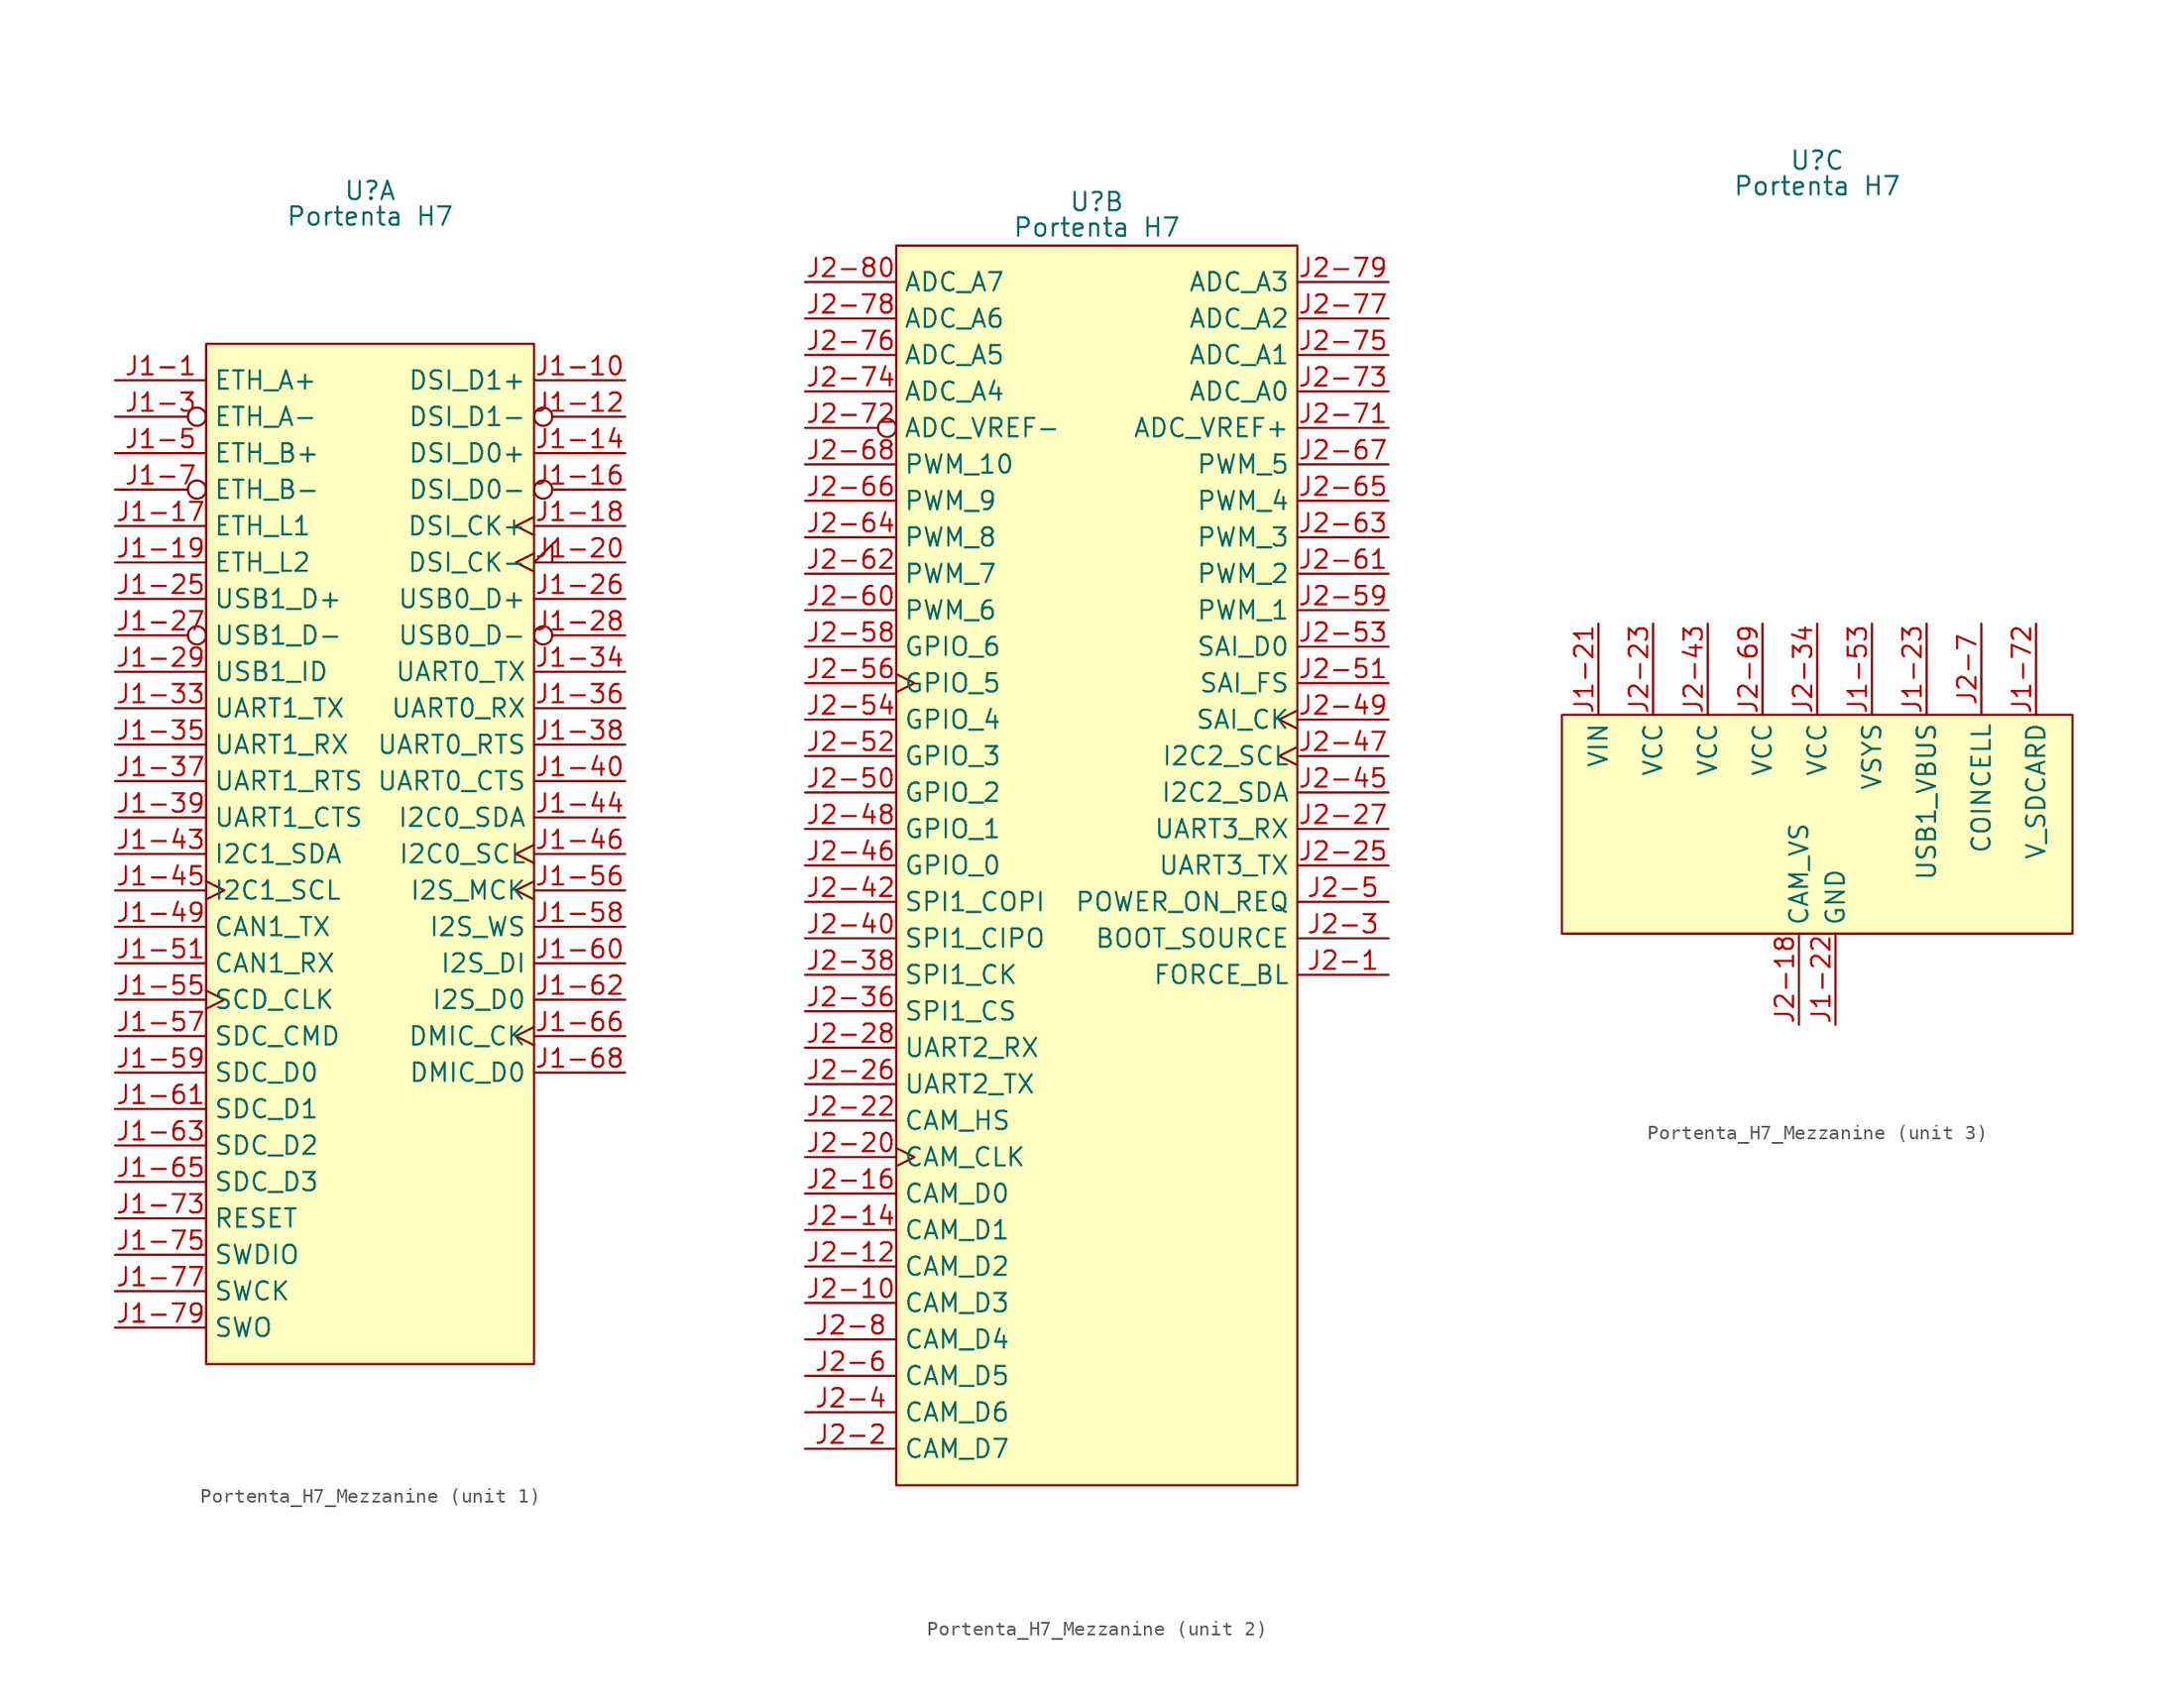
<source format=kicad_sym>
(kicad_symbol_lib
  (version 20231120)
  (generator "kicad_symbol_editor")
  (generator_version "8.0")
  (symbol "Portenta_H7_Mezzanine"
    (property "Reference" "U"
      (at 0 46.228 0)
      (do_not_autoplace)
      (effects (font (size 1.27 1.27))))
    (property "Value" "Portenta H7"
      (at 0 44.45 0)
      (do_not_autoplace)
      (effects (font (size 1.27 1.27))))
    (property "ki_locked" ""
      (at 0 0 0)
      (effects (font (size 1.27 1.27))))
    (symbol "Portenta_H7_Mezzanine_1_0"
      (pin bidirectional line (at -17.78 33.02 0) (length 6.35) (name "ETH_A+" (effects (font (size 1.27 1.27)))) (number "J1-1" (effects (font (size 1.27 1.27)))))
      (pin output line (at 17.78 33.02 180) (length 6.35) (name "DSI_D1+" (effects (font (size 1.27 1.27)))) (number "J1-10" (effects (font (size 1.27 1.27)))))
      (pin no_connect line (at 17.78 -20.32 180) (length 6.35) hide (name "NC" (effects (font (size 1.27 1.27)))) (number "J1-11" (effects (font (size 1.27 1.27)))))
      (pin output inverted (at 17.78 30.48 180) (length 6.35) (name "DSI_D1-" (effects (font (size 1.27 1.27)))) (number "J1-12" (effects (font (size 1.27 1.27)))))
      (pin no_connect line (at 17.78 -20.32 180) (length 6.35) hide (name "NC" (effects (font (size 1.27 1.27)))) (number "J1-13" (effects (font (size 1.27 1.27)))))
      (pin output line (at 17.78 27.94 180) (length 6.35) (name "DSI_D0+" (effects (font (size 1.27 1.27)))) (number "J1-14" (effects (font (size 1.27 1.27)))))
      (pin no_connect line (at 17.78 -20.32 180) (length 6.35) hide (name "NC" (effects (font (size 1.27 1.27)))) (number "J1-15" (effects (font (size 1.27 1.27)))))
      (pin output inverted (at 17.78 25.4 180) (length 6.35) (name "DSI_D0-" (effects (font (size 1.27 1.27)))) (number "J1-16" (effects (font (size 1.27 1.27)))))
      (pin output line (at -17.78 22.86 0) (length 6.35) (name "ETH_L1" (effects (font (size 1.27 1.27)))) (number "J1-17" (effects (font (size 1.27 1.27)))))
      (pin output clock (at 17.78 22.86 180) (length 6.35) (name "DSI_CK+" (effects (font (size 1.27 1.27)))) (number "J1-18" (effects (font (size 1.27 1.27)))))
      (pin output line (at -17.78 20.32 0) (length 6.35) (name "ETH_L2" (effects (font (size 1.27 1.27)))) (number "J1-19" (effects (font (size 1.27 1.27)))))
      (pin no_connect line (at 17.78 -20.32 180) (length 6.35) hide (name "NC" (effects (font (size 1.27 1.27)))) (number "J1-2" (effects (font (size 1.27 1.27)))))
      (pin output clock_low (at 17.78 20.32 180) (length 6.35) (name "DSI_CK-" (effects (font (size 1.27 1.27)))) (number "J1-20" (effects (font (size 1.27 1.27)))))
      (pin no_connect line (at 17.78 -20.32 180) (length 6.35) hide (name "NC" (effects (font (size 1.27 1.27)))) (number "J1-24" (effects (font (size 1.27 1.27)))))
      (pin bidirectional line (at -17.78 17.78 0) (length 6.35) (name "USB1_D+" (effects (font (size 1.27 1.27)))) (number "J1-25" (effects (font (size 1.27 1.27)))))
      (pin bidirectional line (at 17.78 17.78 180) (length 6.35) (name "USB0_D+" (effects (font (size 1.27 1.27)))) (number "J1-26" (effects (font (size 1.27 1.27)))))
      (pin bidirectional inverted (at -17.78 15.24 0) (length 6.35) (name "USB1_D-" (effects (font (size 1.27 1.27)))) (number "J1-27" (effects (font (size 1.27 1.27)))))
      (pin bidirectional inverted (at 17.78 15.24 180) (length 6.35) (name "USB0_D-" (effects (font (size 1.27 1.27)))) (number "J1-28" (effects (font (size 1.27 1.27)))))
      (pin input line (at -17.78 12.7 0) (length 6.35) (name "USB1_ID" (effects (font (size 1.27 1.27)))) (number "J1-29" (effects (font (size 1.27 1.27)))))
      (pin bidirectional inverted (at -17.78 30.48 0) (length 6.35) (name "ETH_A-" (effects (font (size 1.27 1.27)))) (number "J1-3" (effects (font (size 1.27 1.27)))))
      (pin no_connect line (at 17.78 -20.32 180) (length 6.35) hide (name "NC" (effects (font (size 1.27 1.27)))) (number "J1-30" (effects (font (size 1.27 1.27)))))
      (pin output line (at -17.78 10.16 0) (length 6.35) (name "UART1_TX" (effects (font (size 1.27 1.27)))) (number "J1-33" (effects (font (size 1.27 1.27)))))
      (pin output line (at 17.78 12.7 180) (length 6.35) (name "UART0_TX" (effects (font (size 1.27 1.27)))) (number "J1-34" (effects (font (size 1.27 1.27)))))
      (pin input line (at -17.78 7.62 0) (length 6.35) (name "UART1_RX" (effects (font (size 1.27 1.27)))) (number "J1-35" (effects (font (size 1.27 1.27)))))
      (pin input line (at 17.78 10.16 180) (length 6.35) (name "UART0_RX" (effects (font (size 1.27 1.27)))) (number "J1-36" (effects (font (size 1.27 1.27)))))
      (pin input line (at -17.78 5.08 0) (length 6.35) (name "UART1_RTS" (effects (font (size 1.27 1.27)))) (number "J1-37" (effects (font (size 1.27 1.27)))))
      (pin input line (at 17.78 7.62 180) (length 6.35) (name "UART0_RTS" (effects (font (size 1.27 1.27)))) (number "J1-38" (effects (font (size 1.27 1.27)))))
      (pin output line (at -17.78 2.54 0) (length 6.35) (name "UART1_CTS" (effects (font (size 1.27 1.27)))) (number "J1-39" (effects (font (size 1.27 1.27)))))
      (pin no_connect line (at 17.78 -20.32 180) (length 6.35) hide (name "NC" (effects (font (size 1.27 1.27)))) (number "J1-4" (effects (font (size 1.27 1.27)))))
      (pin output line (at 17.78 5.08 180) (length 6.35) (name "UART0_CTS" (effects (font (size 1.27 1.27)))) (number "J1-40" (effects (font (size 1.27 1.27)))))
      (pin bidirectional line (at -17.78 0 0) (length 6.35) (name "I2C1_SDA" (effects (font (size 1.27 1.27)))) (number "J1-43" (effects (font (size 1.27 1.27)))))
      (pin bidirectional line (at 17.78 2.54 180) (length 6.35) (name "I2C0_SDA" (effects (font (size 1.27 1.27)))) (number "J1-44" (effects (font (size 1.27 1.27)))))
      (pin output clock (at -17.78 -2.54 0) (length 6.35) (name "I2C1_SCL" (effects (font (size 1.27 1.27)))) (number "J1-45" (effects (font (size 1.27 1.27)))))
      (pin output clock (at 17.78 0 180) (length 6.35) (name "I2C0_SCL" (effects (font (size 1.27 1.27)))) (number "J1-46" (effects (font (size 1.27 1.27)))))
      (pin output line (at -17.78 -5.08 0) (length 6.35) (name "CAN1_TX" (effects (font (size 1.27 1.27)))) (number "J1-49" (effects (font (size 1.27 1.27)))))
      (pin bidirectional line (at -17.78 27.94 0) (length 6.35) (name "ETH_B+" (effects (font (size 1.27 1.27)))) (number "J1-5" (effects (font (size 1.27 1.27)))))
      (pin no_connect line (at 17.78 -20.32 180) (length 6.35) hide (name "NC" (effects (font (size 1.27 1.27)))) (number "J1-50" (effects (font (size 1.27 1.27)))))
      (pin input line (at -17.78 -7.62 0) (length 6.35) (name "CAN1_RX" (effects (font (size 1.27 1.27)))) (number "J1-51" (effects (font (size 1.27 1.27)))))
      (pin no_connect line (at 17.78 -20.32 180) (length 6.35) hide (name "NC" (effects (font (size 1.27 1.27)))) (number "J1-52" (effects (font (size 1.27 1.27)))))
      (pin output clock (at -17.78 -10.16 0) (length 6.35) (name "SCD_CLK" (effects (font (size 1.27 1.27)))) (number "J1-55" (effects (font (size 1.27 1.27)))))
      (pin output clock (at 17.78 -2.54 180) (length 6.35) (name "I2S_MCK" (effects (font (size 1.27 1.27)))) (number "J1-56" (effects (font (size 1.27 1.27)))))
      (pin output line (at -17.78 -12.7 0) (length 6.35) (name "SDC_CMD" (effects (font (size 1.27 1.27)))) (number "J1-57" (effects (font (size 1.27 1.27)))))
      (pin output line (at 17.78 -5.08 180) (length 6.35) (name "I2S_WS" (effects (font (size 1.27 1.27)))) (number "J1-58" (effects (font (size 1.27 1.27)))))
      (pin bidirectional line (at -17.78 -15.24 0) (length 6.35) (name "SDC_D0" (effects (font (size 1.27 1.27)))) (number "J1-59" (effects (font (size 1.27 1.27)))))
      (pin no_connect line (at 17.78 -20.32 180) (length 6.35) hide (name "NC" (effects (font (size 1.27 1.27)))) (number "J1-6" (effects (font (size 1.27 1.27)))))
      (pin input line (at 17.78 -7.62 180) (length 6.35) (name "I2S_DI" (effects (font (size 1.27 1.27)))) (number "J1-60" (effects (font (size 1.27 1.27)))))
      (pin bidirectional line (at -17.78 -17.78 0) (length 6.35) (name "SDC_D1" (effects (font (size 1.27 1.27)))) (number "J1-61" (effects (font (size 1.27 1.27)))))
      (pin bidirectional line (at 17.78 -10.16 180) (length 6.35) (name "I2S_D0" (effects (font (size 1.27 1.27)))) (number "J1-62" (effects (font (size 1.27 1.27)))))
      (pin bidirectional line (at -17.78 -20.32 0) (length 6.35) (name "SDC_D2" (effects (font (size 1.27 1.27)))) (number "J1-63" (effects (font (size 1.27 1.27)))))
      (pin bidirectional line (at -17.78 -22.86 0) (length 6.35) (name "SDC_D3" (effects (font (size 1.27 1.27)))) (number "J1-65" (effects (font (size 1.27 1.27)))))
      (pin output clock (at 17.78 -12.7 180) (length 6.35) (name "DMIC_CK" (effects (font (size 1.27 1.27)))) (number "J1-66" (effects (font (size 1.27 1.27)))))
      (pin no_connect line (at 17.78 -20.32 180) (length 6.35) hide (name "NC" (effects (font (size 1.27 1.27)))) (number "J1-67" (effects (font (size 1.27 1.27)))))
      (pin bidirectional line (at 17.78 -15.24 180) (length 6.35) (name "DMIC_D0" (effects (font (size 1.27 1.27)))) (number "J1-68" (effects (font (size 1.27 1.27)))))
      (pin no_connect line (at 17.78 -20.32 180) (length 6.35) hide (name "NC" (effects (font (size 1.27 1.27)))) (number "J1-69" (effects (font (size 1.27 1.27)))))
      (pin bidirectional inverted (at -17.78 25.4 0) (length 6.35) (name "ETH_B-" (effects (font (size 1.27 1.27)))) (number "J1-7" (effects (font (size 1.27 1.27)))))
      (pin no_connect line (at 17.78 -20.32 180) (length 6.35) hide (name "NC" (effects (font (size 1.27 1.27)))) (number "J1-70" (effects (font (size 1.27 1.27)))))
      (pin no_connect line (at 17.78 -20.32 180) (length 6.35) hide (name "NC" (effects (font (size 1.27 1.27)))) (number "J1-71" (effects (font (size 1.27 1.27)))))
      (pin input line (at -17.78 -25.4 0) (length 6.35) (name "RESET" (effects (font (size 1.27 1.27)))) (number "J1-73" (effects (font (size 1.27 1.27)))))
      (pin no_connect line (at 17.78 -20.32 180) (length 6.35) hide (name "NC" (effects (font (size 1.27 1.27)))) (number "J1-74" (effects (font (size 1.27 1.27)))))
      (pin bidirectional line (at -17.78 -27.94 0) (length 6.35) (name "SWDIO" (effects (font (size 1.27 1.27)))) (number "J1-75" (effects (font (size 1.27 1.27)))))
      (pin no_connect line (at 17.78 -20.32 180) (length 6.35) hide (name "NC" (effects (font (size 1.27 1.27)))) (number "J1-76" (effects (font (size 1.27 1.27)))))
      (pin output line (at -17.78 -30.48 0) (length 6.35) (name "SWCK" (effects (font (size 1.27 1.27)))) (number "J1-77" (effects (font (size 1.27 1.27)))))
      (pin no_connect line (at 17.78 -20.32 180) (length 6.35) hide (name "NC" (effects (font (size 1.27 1.27)))) (number "J1-78" (effects (font (size 1.27 1.27)))))
      (pin output line (at -17.78 -33.02 0) (length 6.35) (name "SWO" (effects (font (size 1.27 1.27)))) (number "J1-79" (effects (font (size 1.27 1.27)))))
      (pin no_connect line (at 17.78 -20.32 180) (length 6.35) hide (name "NC" (effects (font (size 1.27 1.27)))) (number "J1-8" (effects (font (size 1.27 1.27)))))
      (pin no_connect line (at 17.78 -20.32 180) (length 6.35) hide (name "NC" (effects (font (size 1.27 1.27)))) (number "J1-80" (effects (font (size 1.27 1.27)))))
      (pin no_connect line (at 17.78 -20.32 180) (length 6.35) hide (name "NC" (effects (font (size 1.27 1.27)))) (number "J1-9" (effects (font (size 1.27 1.27))))))
    (symbol "Portenta_H7_Mezzanine_1_1"
      (rectangle (start -11.43 35.56) (end 11.43 -35.56) (stroke (width 0) (type default)) (fill (type background))))
    (symbol "Portenta_H7_Mezzanine_2_0"
      (pin input line (at 20.32 -7.62 180) (length 6.35) (name "FORCE_BL" (effects (font (size 1.27 1.27)))) (number "J2-1" (effects (font (size 1.27 1.27)))))
      (pin bidirectional line (at -20.32 -30.48 0) (length 6.35) (name "CAM_D3" (effects (font (size 1.27 1.27)))) (number "J2-10" (effects (font (size 1.27 1.27)))))
      (pin no_connect line (at 20.32 -12.7 180) (length 6.35) hide (name "NC" (effects (font (size 1.27 1.27)))) (number "J2-11" (effects (font (size 1.27 1.27)))))
      (pin bidirectional line (at -20.32 -27.94 0) (length 6.35) (name "CAM_D2" (effects (font (size 1.27 1.27)))) (number "J2-12" (effects (font (size 1.27 1.27)))))
      (pin no_connect line (at 20.32 -12.7 180) (length 6.35) hide (name "NC" (effects (font (size 1.27 1.27)))) (number "J2-13" (effects (font (size 1.27 1.27)))))
      (pin bidirectional line (at -20.32 -25.4 0) (length 6.35) (name "CAM_D1" (effects (font (size 1.27 1.27)))) (number "J2-14" (effects (font (size 1.27 1.27)))))
      (pin no_connect line (at 20.32 -12.7 180) (length 6.35) hide (name "NC" (effects (font (size 1.27 1.27)))) (number "J2-15" (effects (font (size 1.27 1.27)))))
      (pin bidirectional line (at -20.32 -22.86 0) (length 6.35) (name "CAM_D0" (effects (font (size 1.27 1.27)))) (number "J2-16" (effects (font (size 1.27 1.27)))))
      (pin no_connect line (at 20.32 -12.7 180) (length 6.35) hide (name "NC" (effects (font (size 1.27 1.27)))) (number "J2-17" (effects (font (size 1.27 1.27)))))
      (pin no_connect line (at 20.32 -12.7 180) (length 6.35) hide (name "NC" (effects (font (size 1.27 1.27)))) (number "J2-19" (effects (font (size 1.27 1.27)))))
      (pin bidirectional line (at -20.32 -40.64 0) (length 6.35) (name "CAM_D7" (effects (font (size 1.27 1.27)))) (number "J2-2" (effects (font (size 1.27 1.27)))))
      (pin output clock (at -20.32 -20.32 0) (length 6.35) (name "CAM_CLK" (effects (font (size 1.27 1.27)))) (number "J2-20" (effects (font (size 1.27 1.27)))))
      (pin no_connect line (at 20.32 -12.7 180) (length 6.35) hide (name "NC" (effects (font (size 1.27 1.27)))) (number "J2-21" (effects (font (size 1.27 1.27)))))
      (pin output line (at -20.32 -17.78 0) (length 6.35) (name "CAM_HS" (effects (font (size 1.27 1.27)))) (number "J2-22" (effects (font (size 1.27 1.27)))))
      (pin output line (at 20.32 0 180) (length 6.35) (name "UART3_TX" (effects (font (size 1.27 1.27)))) (number "J2-25" (effects (font (size 1.27 1.27)))))
      (pin output line (at -20.32 -15.24 0) (length 6.35) (name "UART2_TX" (effects (font (size 1.27 1.27)))) (number "J2-26" (effects (font (size 1.27 1.27)))))
      (pin input line (at 20.32 2.54 180) (length 6.35) (name "UART3_RX" (effects (font (size 1.27 1.27)))) (number "J2-27" (effects (font (size 1.27 1.27)))))
      (pin input line (at -20.32 -12.7 0) (length 6.35) (name "UART2_RX" (effects (font (size 1.27 1.27)))) (number "J2-28" (effects (font (size 1.27 1.27)))))
      (pin no_connect line (at 20.32 -12.7 180) (length 6.35) hide (name "NC" (effects (font (size 1.27 1.27)))) (number "J2-29" (effects (font (size 1.27 1.27)))))
      (pin input line (at 20.32 -5.08 180) (length 6.35) (name "BOOT_SOURCE" (effects (font (size 1.27 1.27)))) (number "J2-3" (effects (font (size 1.27 1.27)))))
      (pin no_connect line (at 20.32 -12.7 180) (length 6.35) hide (name "NC" (effects (font (size 1.27 1.27)))) (number "J2-30" (effects (font (size 1.27 1.27)))))
      (pin no_connect line (at 20.32 -12.7 180) (length 6.35) hide (name "NC" (effects (font (size 1.27 1.27)))) (number "J2-31" (effects (font (size 1.27 1.27)))))
      (pin no_connect line (at 20.32 -12.7 180) (length 6.35) hide (name "NC" (effects (font (size 1.27 1.27)))) (number "J2-32" (effects (font (size 1.27 1.27)))))
      (pin no_connect line (at 20.32 -12.7 180) (length 6.35) hide (name "NC" (effects (font (size 1.27 1.27)))) (number "J2-35" (effects (font (size 1.27 1.27)))))
      (pin input line (at -20.32 -10.16 0) (length 6.35) (name "SPI1_CS" (effects (font (size 1.27 1.27)))) (number "J2-36" (effects (font (size 1.27 1.27)))))
      (pin no_connect line (at 20.32 -12.7 180) (length 6.35) hide (name "NC" (effects (font (size 1.27 1.27)))) (number "J2-37" (effects (font (size 1.27 1.27)))))
      (pin input line (at -20.32 -7.62 0) (length 6.35) (name "SPI1_CK" (effects (font (size 1.27 1.27)))) (number "J2-38" (effects (font (size 1.27 1.27)))))
      (pin no_connect line (at 20.32 -12.7 180) (length 6.35) hide (name "NC" (effects (font (size 1.27 1.27)))) (number "J2-39" (effects (font (size 1.27 1.27)))))
      (pin bidirectional line (at -20.32 -38.1 0) (length 6.35) (name "CAM_D6" (effects (font (size 1.27 1.27)))) (number "J2-4" (effects (font (size 1.27 1.27)))))
      (pin input line (at -20.32 -5.08 0) (length 6.35) (name "SPI1_CIPO" (effects (font (size 1.27 1.27)))) (number "J2-40" (effects (font (size 1.27 1.27)))))
      (pin no_connect line (at 20.32 -12.7 180) (length 6.35) hide (name "NC" (effects (font (size 1.27 1.27)))) (number "J2-41" (effects (font (size 1.27 1.27)))))
      (pin output line (at -20.32 -2.54 0) (length 6.35) (name "SPI1_COPI" (effects (font (size 1.27 1.27)))) (number "J2-42" (effects (font (size 1.27 1.27)))))
      (pin bidirectional line (at 20.32 5.08 180) (length 6.35) (name "I2C2_SDA" (effects (font (size 1.27 1.27)))) (number "J2-45" (effects (font (size 1.27 1.27)))))
      (pin bidirectional line (at -20.32 0 0) (length 6.35) (name "GPIO_0" (effects (font (size 1.27 1.27)))) (number "J2-46" (effects (font (size 1.27 1.27)))))
      (pin output clock (at 20.32 7.62 180) (length 6.35) (name "I2C2_SCL" (effects (font (size 1.27 1.27)))) (number "J2-47" (effects (font (size 1.27 1.27)))))
      (pin bidirectional line (at -20.32 2.54 0) (length 6.35) (name "GPIO_1" (effects (font (size 1.27 1.27)))) (number "J2-48" (effects (font (size 1.27 1.27)))))
      (pin output clock (at 20.32 10.16 180) (length 6.35) (name "SAI_CK" (effects (font (size 1.27 1.27)))) (number "J2-49" (effects (font (size 1.27 1.27)))))
      (pin input line (at 20.32 -2.54 180) (length 6.35) (name "POWER_ON_REQ" (effects (font (size 1.27 1.27)))) (number "J2-5" (effects (font (size 1.27 1.27)))))
      (pin bidirectional line (at -20.32 5.08 0) (length 6.35) (name "GPIO_2" (effects (font (size 1.27 1.27)))) (number "J2-50" (effects (font (size 1.27 1.27)))))
      (pin output line (at 20.32 12.7 180) (length 6.35) (name "SAI_FS" (effects (font (size 1.27 1.27)))) (number "J2-51" (effects (font (size 1.27 1.27)))))
      (pin bidirectional line (at -20.32 7.62 0) (length 6.35) (name "GPIO_3" (effects (font (size 1.27 1.27)))) (number "J2-52" (effects (font (size 1.27 1.27)))))
      (pin bidirectional line (at 20.32 15.24 180) (length 6.35) (name "SAI_D0" (effects (font (size 1.27 1.27)))) (number "J2-53" (effects (font (size 1.27 1.27)))))
      (pin bidirectional line (at -20.32 10.16 0) (length 6.35) (name "GPIO_4" (effects (font (size 1.27 1.27)))) (number "J2-54" (effects (font (size 1.27 1.27)))))
      (pin no_connect clock (at 20.32 -12.7 180) (length 6.35) hide (name "NC" (effects (font (size 1.27 1.27)))) (number "J2-55" (effects (font (size 1.27 1.27)))))
      (pin bidirectional clock (at -20.32 12.7 0) (length 6.35) (name "GPIO_5" (effects (font (size 1.27 1.27)))) (number "J2-56" (effects (font (size 1.27 1.27)))))
      (pin bidirectional line (at -20.32 15.24 0) (length 6.35) (name "GPIO_6" (effects (font (size 1.27 1.27)))) (number "J2-58" (effects (font (size 1.27 1.27)))))
      (pin output line (at 20.32 17.78 180) (length 6.35) (name "PWM_1" (effects (font (size 1.27 1.27)))) (number "J2-59" (effects (font (size 1.27 1.27)))))
      (pin bidirectional line (at -20.32 -35.56 0) (length 6.35) (name "CAM_D5" (effects (font (size 1.27 1.27)))) (number "J2-6" (effects (font (size 1.27 1.27)))))
      (pin output line (at -20.32 17.78 0) (length 6.35) (name "PWM_6" (effects (font (size 1.27 1.27)))) (number "J2-60" (effects (font (size 1.27 1.27)))))
      (pin output line (at 20.32 20.32 180) (length 6.35) (name "PWM_2" (effects (font (size 1.27 1.27)))) (number "J2-61" (effects (font (size 1.27 1.27)))))
      (pin output line (at -20.32 20.32 0) (length 6.35) (name "PWM_7" (effects (font (size 1.27 1.27)))) (number "J2-62" (effects (font (size 1.27 1.27)))))
      (pin output line (at 20.32 22.86 180) (length 6.35) (name "PWM_3" (effects (font (size 1.27 1.27)))) (number "J2-63" (effects (font (size 1.27 1.27)))))
      (pin output line (at -20.32 22.86 0) (length 6.35) (name "PWM_8" (effects (font (size 1.27 1.27)))) (number "J2-64" (effects (font (size 1.27 1.27)))))
      (pin output line (at 20.32 25.4 180) (length 6.35) (name "PWM_4" (effects (font (size 1.27 1.27)))) (number "J2-65" (effects (font (size 1.27 1.27)))))
      (pin output line (at -20.32 25.4 0) (length 6.35) (name "PWM_9" (effects (font (size 1.27 1.27)))) (number "J2-66" (effects (font (size 1.27 1.27)))))
      (pin output line (at 20.32 27.94 180) (length 6.35) (name "PWM_5" (effects (font (size 1.27 1.27)))) (number "J2-67" (effects (font (size 1.27 1.27)))))
      (pin output line (at -20.32 27.94 0) (length 6.35) (name "PWM_10" (effects (font (size 1.27 1.27)))) (number "J2-68" (effects (font (size 1.27 1.27)))))
      (pin power_out line (at 20.32 30.48 180) (length 6.35) (name "ADC_VREF+" (effects (font (size 1.27 1.27)))) (number "J2-71" (effects (font (size 1.27 1.27)))))
      (pin power_out inverted (at -20.32 30.48 0) (length 6.35) (name "ADC_VREF-" (effects (font (size 1.27 1.27)))) (number "J2-72" (effects (font (size 1.27 1.27)))))
      (pin bidirectional line (at 20.32 33.02 180) (length 6.35) (name "ADC_A0" (effects (font (size 1.27 1.27)))) (number "J2-73" (effects (font (size 1.27 1.27)))))
      (pin bidirectional line (at -20.32 33.02 0) (length 6.35) (name "ADC_A4" (effects (font (size 1.27 1.27)))) (number "J2-74" (effects (font (size 1.27 1.27)))))
      (pin bidirectional line (at 20.32 35.56 180) (length 6.35) (name "ADC_A1" (effects (font (size 1.27 1.27)))) (number "J2-75" (effects (font (size 1.27 1.27)))))
      (pin bidirectional line (at -20.32 35.56 0) (length 6.35) (name "ADC_A5" (effects (font (size 1.27 1.27)))) (number "J2-76" (effects (font (size 1.27 1.27)))))
      (pin bidirectional line (at 20.32 38.1 180) (length 6.35) (name "ADC_A2" (effects (font (size 1.27 1.27)))) (number "J2-77" (effects (font (size 1.27 1.27)))))
      (pin bidirectional line (at -20.32 38.1 0) (length 6.35) (name "ADC_A6" (effects (font (size 1.27 1.27)))) (number "J2-78" (effects (font (size 1.27 1.27)))))
      (pin bidirectional line (at 20.32 40.64 180) (length 6.35) (name "ADC_A3" (effects (font (size 1.27 1.27)))) (number "J2-79" (effects (font (size 1.27 1.27)))))
      (pin bidirectional line (at -20.32 -33.02 0) (length 6.35) (name "CAM_D4" (effects (font (size 1.27 1.27)))) (number "J2-8" (effects (font (size 1.27 1.27)))))
      (pin bidirectional line (at -20.32 40.64 0) (length 6.35) (name "ADC_A7" (effects (font (size 1.27 1.27)))) (number "J2-80" (effects (font (size 1.27 1.27)))))
      (pin no_connect line (at 20.32 -12.7 180) (length 6.35) hide (name "NC" (effects (font (size 1.27 1.27)))) (number "J2-9" (effects (font (size 1.27 1.27))))))
    (symbol "Portenta_H7_Mezzanine_2_1"
      (rectangle (start -13.97 43.18) (end 13.97 -43.18) (stroke (width 0) (type default)) (fill (type background))))
    (symbol "Portenta_H7_Mezzanine_3_0"
      (pin power_out line (at -15.24 13.97 270) (length 6.35) (name "VIN" (effects (font (size 1.27 1.27)))) (number "J1-21" (effects (font (size 1.27 1.27)))))
      (pin passive line (at 1.27 -13.97 90) (length 6.35) (name "GND" (effects (font (size 1.27 1.27)))) (number "J1-22" (effects (font (size 1.27 1.27)))))
      (pin power_out line (at 7.62 13.97 270) (length 6.35) (name "USB1_VBUS" (effects (font (size 1.27 1.27)))) (number "J1-23" (effects (font (size 1.27 1.27)))))
      (pin passive line (at 1.27 -13.97 90) (length 6.35) hide (name "GND" (effects (font (size 1.27 1.27)))) (number "J1-31" (effects (font (size 1.27 1.27)))))
      (pin power_in line (at -15.24 13.97 270) (length 6.35) hide (name "VIN" (effects (font (size 1.27 1.27)))) (number "J1-32" (effects (font (size 1.27 1.27)))))
      (pin power_in line (at -15.24 13.97 270) (length 6.35) hide (name "VIN" (effects (font (size 1.27 1.27)))) (number "J1-41" (effects (font (size 1.27 1.27)))))
      (pin passive line (at 1.27 -13.97 90) (length 6.35) hide (name "GND" (effects (font (size 1.27 1.27)))) (number "J1-42" (effects (font (size 1.27 1.27)))))
      (pin passive line (at 1.27 -13.97 90) (length 6.35) hide (name "GND" (effects (font (size 1.27 1.27)))) (number "J1-47" (effects (font (size 1.27 1.27)))))
      (pin power_in line (at -15.24 13.97 270) (length 6.35) hide (name "VIN" (effects (font (size 1.27 1.27)))) (number "J1-48" (effects (font (size 1.27 1.27)))))
      (pin power_out line (at 3.81 13.97 270) (length 6.35) (name "VSYS" (effects (font (size 1.27 1.27)))) (number "J1-53" (effects (font (size 1.27 1.27)))))
      (pin passive line (at 1.27 -13.97 90) (length 6.35) hide (name "GND" (effects (font (size 1.27 1.27)))) (number "J1-54" (effects (font (size 1.27 1.27)))))
      (pin power_out line (at 3.81 13.97 270) (length 6.35) hide (name "VSYS" (effects (font (size 1.27 1.27)))) (number "J1-64" (effects (font (size 1.27 1.27)))))
      (pin power_out line (at 15.24 13.97 270) (length 6.35) (name "V_SDCARD" (effects (font (size 1.27 1.27)))) (number "J1-72" (effects (font (size 1.27 1.27)))))
      (pin passive line (at -1.27 -13.97 90) (length 6.35) (name "CAM_VS" (effects (font (size 1.27 1.27)))) (number "J2-18" (effects (font (size 1.27 1.27)))))
      (pin power_in line (at -11.43 13.97 270) (length 6.35) (name "VCC" (effects (font (size 1.27 1.27)))) (number "J2-23" (effects (font (size 1.27 1.27)))) (alternate "+3V3" power_in line))
      (pin passive line (at 1.27 -13.97 90) (length 6.35) hide (name "GND" (effects (font (size 1.27 1.27)))) (number "J2-24" (effects (font (size 1.27 1.27)))))
      (pin passive line (at 1.27 -13.97 90) (length 6.35) hide (name "GND" (effects (font (size 1.27 1.27)))) (number "J2-33" (effects (font (size 1.27 1.27)))))
      (pin output line (at 0 13.97 270) (length 6.35) (name "VCC" (effects (font (size 1.27 1.27)))) (number "J2-34" (effects (font (size 1.27 1.27)))))
      (pin power_in line (at -7.62 13.97 270) (length 6.35) (name "VCC" (effects (font (size 1.27 1.27)))) (number "J2-43" (effects (font (size 1.27 1.27)))) (alternate "+3V3" power_in line))
      (pin passive line (at 1.27 -13.97 90) (length 6.35) hide (name "GND" (effects (font (size 1.27 1.27)))) (number "J2-44" (effects (font (size 1.27 1.27)))))
      (pin passive line (at 1.27 -13.97 90) (length 6.35) hide (name "GND" (effects (font (size 1.27 1.27)))) (number "J2-57" (effects (font (size 1.27 1.27)))))
      (pin power_in line (at -3.81 13.97 270) (length 6.35) (name "VCC" (effects (font (size 1.27 1.27)))) (number "J2-69" (effects (font (size 1.27 1.27)))) (alternate "+3V3" power_in line))
      (pin power_in line (at 11.43 13.97 270) (length 6.35) (name "COINCELL" (effects (font (size 1.27 1.27)))) (number "J2-7" (effects (font (size 1.27 1.27)))))
      (pin passive line (at 1.27 -13.97 90) (length 6.35) hide (name "GND" (effects (font (size 1.27 1.27)))) (number "J2-70" (effects (font (size 1.27 1.27))))))
    (symbol "Portenta_H7_Mezzanine_3_1"
      (rectangle (start -17.78 7.62) (end 17.78 -7.62) (stroke (width 0) (type default)) (fill (type background))))))
</source>
